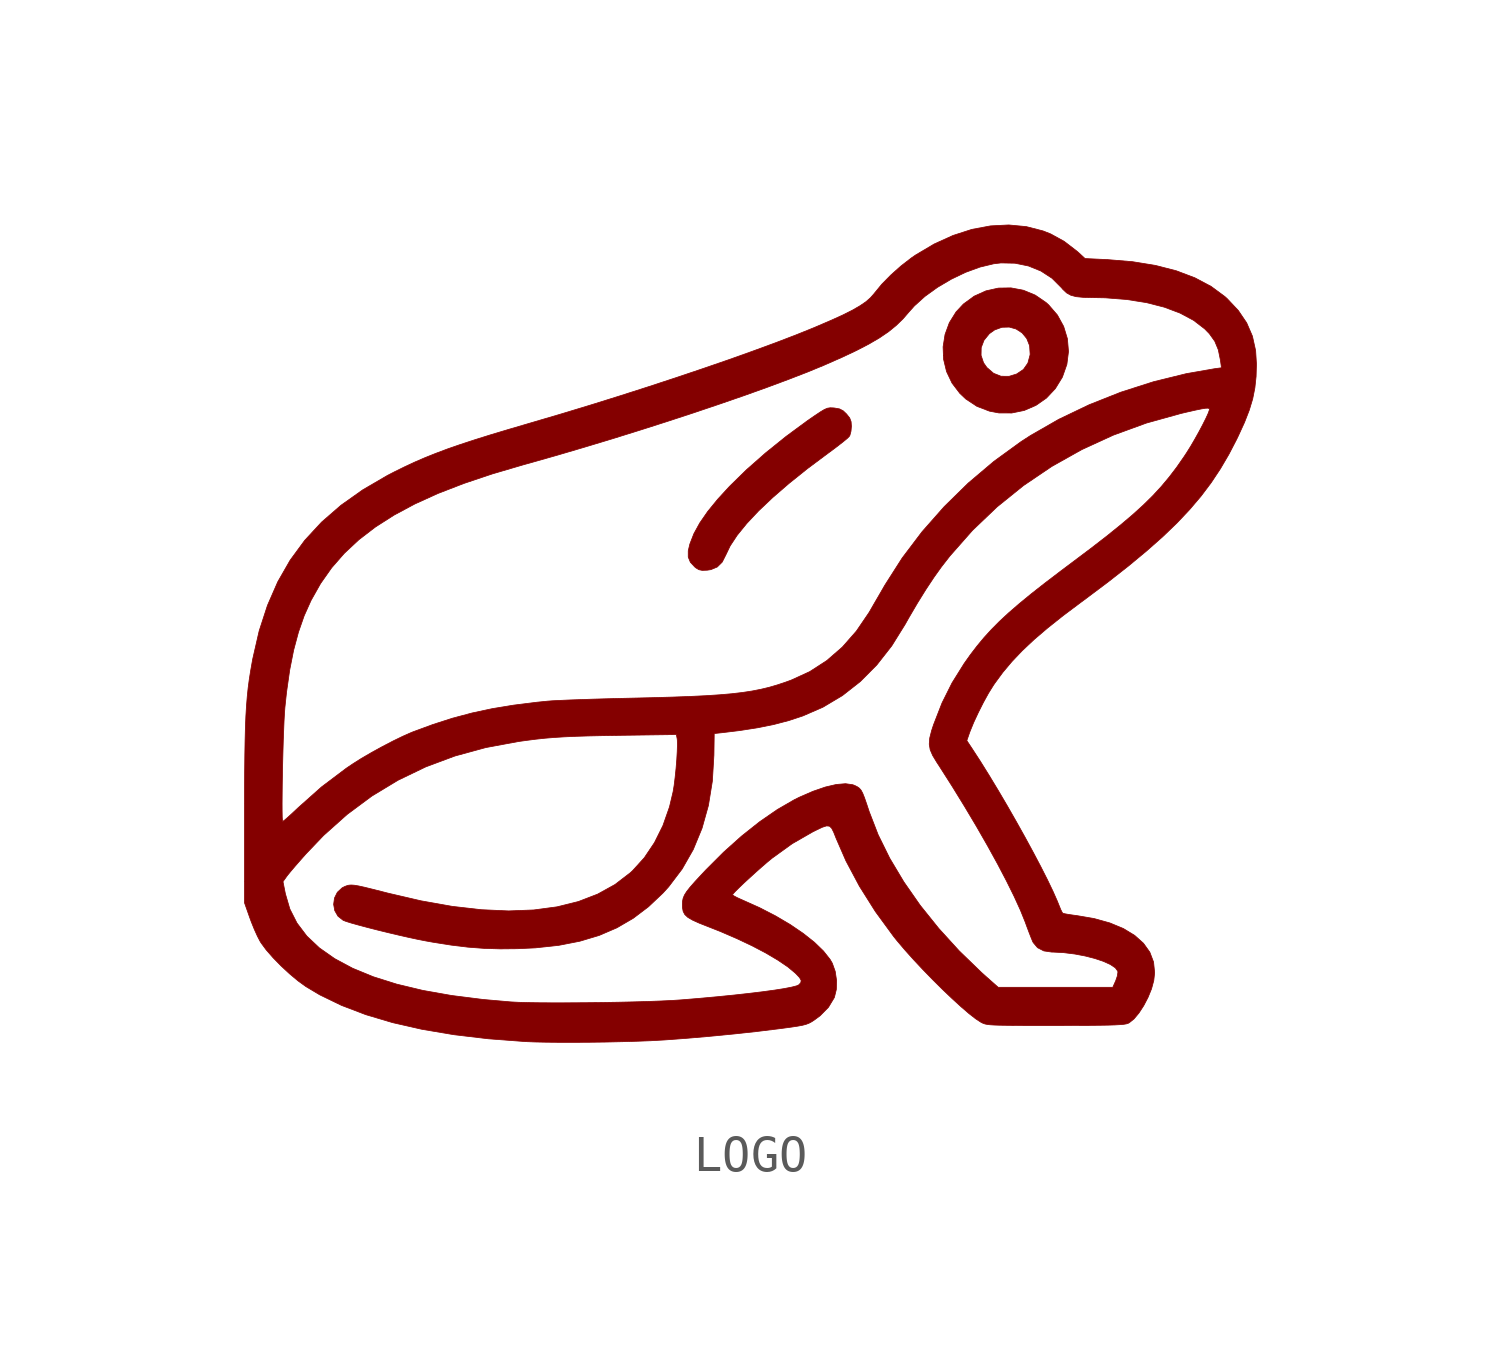
<source format=kicad_sym>
(kicad_symbol_lib
  (version 20220914)
  (generator "bitmap2component")
  (generator_version "8.0")
  (symbol "LOGO"
    (pin_names
      (offset 1.016))
    (property "Reference" "#G"
      (at 0 19.375 0)
      (effects (font (size 1.27 1.27)) hide))
    (symbol "LOGO_0_0"
      (polyline (pts (xy -4.433 -11.37) (xy -3.988 -11.364) (xy -3.552 -11.354) (xy -3.14 -11.342) (xy -2.768 -11.328) (xy -2.45 -11.31) (xy -2.392 -11.307) (xy -1.782 -11.262) (xy -1.131 -11.206) (xy -0.471 -11.142) (xy 0.168 -11.073) (xy 0.755 -11.001) (xy 0.896 -10.983) (xy 1.141 -10.95) (xy 1.325 -10.922) (xy 1.46 -10.897) (xy 1.56 -10.87) (xy 1.64 -10.839) (xy 1.711 -10.801) (xy 1.787 -10.751) (xy 1.947 -10.633) (xy 2.179 -10.397) (xy 2.338 -10.134) (xy 2.345 -10.119) (xy 2.398 -9.902) (xy 2.405 -9.652) (xy 2.367 -9.398) (xy 2.286 -9.171) (xy 2.223 -9.063) (xy 2.039 -8.831) (xy 1.788 -8.588) (xy 1.476 -8.341) (xy 1.113 -8.094) (xy 0.704 -7.853) (xy 0.259 -7.624) (xy -0.214 -7.412) (xy -0.233 -7.404) (xy -0.363 -7.345) (xy -0.455 -7.296) (xy -0.49 -7.266) (xy -0.477 -7.245) (xy -0.414 -7.175) (xy -0.307 -7.069) (xy -0.169 -6.937) (xy -0.009 -6.79) (xy 0.159 -6.637) (xy 0.326 -6.489) (xy 0.48 -6.356) (xy 0.61 -6.249) (xy 1.17 -5.845) (xy 1.741 -5.517) (xy 1.838 -5.469) (xy 2.007 -5.388) (xy 2.125 -5.35) (xy 2.207 -5.357) (xy 2.268 -5.414) (xy 2.325 -5.526) (xy 2.393 -5.697) (xy 2.666 -6.324) (xy 3.041 -7.028) (xy 3.485 -7.733) (xy 3.995 -8.43) (xy 4.093 -8.552) (xy 4.308 -8.805) (xy 4.55 -9.075) (xy 4.811 -9.353) (xy 5.083 -9.633) (xy 5.355 -9.903) (xy 5.62 -10.155) (xy 5.867 -10.381) (xy 6.089 -10.572) (xy 6.276 -10.718) (xy 6.418 -10.811) (xy 6.449 -10.828) (xy 6.489 -10.846) (xy 6.536 -10.862) (xy 6.597 -10.874) (xy 6.678 -10.884) (xy 6.789 -10.891) (xy 6.936 -10.896) (xy 7.127 -10.899) (xy 7.37 -10.902) (xy 7.671 -10.903) (xy 8.039 -10.903) (xy 8.481 -10.903) (xy 8.612 -10.903) (xy 9.051 -10.902) (xy 9.418 -10.901) (xy 9.718 -10.898) (xy 9.959 -10.894) (xy 10.148 -10.888) (xy 10.291 -10.88) (xy 10.395 -10.871) (xy 10.467 -10.859) (xy 10.514 -10.845) (xy 10.548 -10.828) (xy 10.68 -10.722) (xy 10.818 -10.557) (xy 10.952 -10.351) (xy 11.072 -10.121) (xy 11.169 -9.883) (xy 11.231 -9.653) (xy 11.255 -9.436) (xy 11.225 -9.138) (xy 11.121 -8.864) (xy 10.944 -8.616) (xy 10.698 -8.396) (xy 10.385 -8.206) (xy 10.008 -8.05) (xy 9.57 -7.928) (xy 9.073 -7.843) (xy 9.019 -7.837) (xy 8.867 -7.815) (xy 8.755 -7.795) (xy 8.702 -7.781) (xy 8.685 -7.762) (xy 8.644 -7.682) (xy 8.597 -7.566) (xy 8.547 -7.442) (xy 8.428 -7.173) (xy 8.274 -6.852) (xy 8.089 -6.487) (xy 7.879 -6.089) (xy 7.65 -5.667) (xy 7.407 -5.232) (xy 7.156 -4.793) (xy 6.902 -4.361) (xy 6.65 -3.944) (xy 6.407 -3.554) (xy 6.177 -3.2) (xy 6.029 -2.977) (xy 6.103 -2.764) (xy 6.121 -2.715) (xy 6.22 -2.473) (xy 6.348 -2.198) (xy 6.49 -1.916) (xy 6.634 -1.655) (xy 6.766 -1.443) (xy 6.803 -1.388) (xy 7.03 -1.079) (xy 7.283 -0.778) (xy 7.569 -0.477) (xy 7.896 -0.169) (xy 8.273 0.153) (xy 8.706 0.498) (xy 9.205 0.872) (xy 9.344 0.975) (xy 9.971 1.446) (xy 10.532 1.886) (xy 11.033 2.302) (xy 11.48 2.697) (xy 11.877 3.079) (xy 12.231 3.454) (xy 12.547 3.826) (xy 12.83 4.202) (xy 13.086 4.588) (xy 13.321 4.989) (xy 13.54 5.411) (xy 13.581 5.496) (xy 13.756 5.878) (xy 13.888 6.217) (xy 13.983 6.53) (xy 14.044 6.837) (xy 14.078 7.154) (xy 14.088 7.502) (xy 14.065 7.875) (xy 13.976 8.277) (xy 13.816 8.647) (xy 13.582 8.993) (xy 13.27 9.324) (xy 13.209 9.379) (xy 12.825 9.662) (xy 12.374 9.901) (xy 11.858 10.096) (xy 11.279 10.245) (xy 10.639 10.349) (xy 9.939 10.407) (xy 9.319 10.436) (xy 9.141 10.6) (xy 9.099 10.637) (xy 8.739 10.914) (xy 8.363 11.121) (xy 8.15 11.205) (xy 7.684 11.325) (xy 7.196 11.371) (xy 6.689 11.345) (xy 6.17 11.248) (xy 5.646 11.079) (xy 5.121 10.841) (xy 4.603 10.534) (xy 4.491 10.457) (xy 4.198 10.23) (xy 3.916 9.979) (xy 3.665 9.724) (xy 3.467 9.483) (xy 3.449 9.46) (xy 3.348 9.345) (xy 3.22 9.233) (xy 3.055 9.121) (xy 2.848 9.001) (xy 2.588 8.87) (xy 2.267 8.724) (xy 1.877 8.556) (xy 1.776 8.513) (xy 1.278 8.312) (xy 0.712 8.095) (xy 0.086 7.865) (xy -0.591 7.623) (xy -1.311 7.375) (xy -2.065 7.121) (xy -2.845 6.865) (xy -3.641 6.61) (xy -4.445 6.359) (xy -5.249 6.115) (xy -6.044 5.881) (xy -6.126 5.857) (xy -6.705 5.687) (xy -7.215 5.534) (xy -7.665 5.393) (xy -8.065 5.262) (xy -8.422 5.138) (xy -8.747 5.016) (xy -9.049 4.895) (xy -9.336 4.771) (xy -9.617 4.64) (xy -9.903 4.499) (xy -10.096 4.399) (xy -10.777 4.002) (xy -11.384 3.572) (xy -11.922 3.105) (xy -12.393 2.596) (xy -12.799 2.043) (xy -13.144 1.441) (xy -13.43 0.786) (xy -13.661 0.076) (xy -13.838 -0.694) (xy -13.859 -0.809) (xy -13.901 -1.047) (xy -13.937 -1.279) (xy -13.968 -1.512) (xy -13.993 -1.754) (xy -14.014 -2.013) (xy -14.031 -2.297) (xy -14.044 -2.614) (xy -14.053 -2.973) (xy -14.06 -3.381) (xy -14.065 -3.846) (xy -14.067 -4.377) (xy -14.067 -4.732) (xy -13.024 -4.732) (xy -13.022 -4.478) (xy -13.019 -4.193) (xy -13.014 -3.888) (xy -13.007 -3.573) (xy -12.999 -3.259) (xy -12.99 -2.955) (xy -12.979 -2.673) (xy -12.969 -2.423) (xy -12.957 -2.216) (xy -12.946 -2.062) (xy -12.9 -1.63) (xy -12.812 -1.012) (xy -12.702 -0.458) (xy -12.568 0.042) (xy -12.409 0.498) (xy -12.22 0.919) (xy -12.216 0.927) (xy -11.952 1.395) (xy -11.646 1.83) (xy -11.292 2.235) (xy -10.887 2.613) (xy -10.427 2.966) (xy -9.909 3.297) (xy -9.329 3.608) (xy -8.683 3.901) (xy -7.966 4.178) (xy -7.177 4.443) (xy -6.309 4.698) (xy -6.11 4.753) (xy -5.368 4.964) (xy -4.607 5.188) (xy -3.838 5.42) (xy -3.068 5.66) (xy -2.307 5.903) (xy -1.562 6.147) (xy -0.845 6.389) (xy -0.162 6.625) (xy 0.477 6.854) (xy 1.063 7.072) (xy 1.588 7.275) (xy 2.042 7.462) (xy 2.079 7.478) (xy 2.554 7.687) (xy 2.959 7.878) (xy 3.304 8.057) (xy 3.598 8.229) (xy 3.848 8.399) (xy 4.063 8.574) (xy 4.253 8.758) (xy 4.425 8.957) (xy 4.57 9.119) (xy 4.864 9.384) (xy 5.212 9.635) (xy 5.595 9.861) (xy 5.995 10.053) (xy 6.395 10.199) (xy 6.777 10.291) (xy 6.979 10.315) (xy 7.369 10.307) (xy 7.744 10.23) (xy 8.091 10.089) (xy 8.4 9.888) (xy 8.658 9.63) (xy 8.706 9.574) (xy 8.808 9.479) (xy 8.924 9.415) (xy 9.07 9.376) (xy 9.265 9.357) (xy 9.524 9.351) (xy 9.884 9.344) (xy 10.479 9.297) (xy 11.028 9.21) (xy 11.525 9.083) (xy 11.964 8.918) (xy 12.339 8.717) (xy 12.646 8.481) (xy 12.778 8.346) (xy 12.929 8.135) (xy 13.027 7.898) (xy 13.086 7.609) (xy 13.115 7.397) (xy 12.918 7.37) (xy 12.135 7.233) (xy 11.221 7.008) (xy 10.315 6.718) (xy 9.433 6.368) (xy 8.589 5.964) (xy 7.8 5.511) (xy 7.533 5.338) (xy 6.783 4.793) (xy 6.068 4.188) (xy 5.399 3.532) (xy 4.783 2.834) (xy 4.23 2.103) (xy 3.748 1.348) (xy 3.692 1.25) (xy 3.57 1.039) (xy 3.45 0.833) (xy 3.353 0.664) (xy 3.308 0.587) (xy 2.957 0.071) (xy 2.565 -0.375) (xy 2.132 -0.751) (xy 1.657 -1.058) (xy 1.139 -1.295) (xy 0.971 -1.356) (xy 0.75 -1.429) (xy 0.528 -1.494) (xy 0.298 -1.549) (xy 0.052 -1.597) (xy -0.216 -1.638) (xy -0.514 -1.673) (xy -0.85 -1.702) (xy -1.23 -1.727) (xy -1.663 -1.748) (xy -2.156 -1.766) (xy -2.715 -1.782) (xy -3.349 -1.797) (xy -3.603 -1.803) (xy -3.998 -1.813) (xy -4.376 -1.824) (xy -4.726 -1.836) (xy -5.038 -1.847) (xy -5.301 -1.859) (xy -5.504 -1.869) (xy -5.635 -1.879) (xy -5.932 -1.909) (xy -6.581 -1.99) (xy -7.176 -2.088) (xy -7.736 -2.208) (xy -8.28 -2.353) (xy -8.825 -2.528) (xy -9.392 -2.737) (xy -9.429 -2.752) (xy -9.664 -2.856) (xy -9.942 -2.991) (xy -10.241 -3.147) (xy -10.541 -3.312) (xy -10.819 -3.474) (xy -11.054 -3.623) (xy -11.235 -3.745) (xy -11.927 -4.267) (xy -12.58 -4.848) (xy -12.616 -4.882) (xy -12.76 -5.017) (xy -12.882 -5.127) (xy -12.968 -5.2) (xy -13.008 -5.227) (xy -13.014 -5.201) (xy -13.02 -5.104) (xy -13.023 -4.944) (xy -13.024 -4.732) (xy -14.067 -4.732) (xy -14.068 -4.982) (xy -14.068 -6.901) (xy -12.999 -6.901) (xy -12.898 -6.76) (xy -12.873 -6.726) (xy -12.788 -6.622) (xy -12.666 -6.478) (xy -12.52 -6.311) (xy -12.363 -6.133) (xy -11.868 -5.615) (xy -11.215 -5.032) (xy -10.525 -4.52) (xy -9.796 -4.079) (xy -9.026 -3.708) (xy -8.213 -3.405) (xy -7.356 -3.171) (xy -6.452 -3.003) (xy -6.213 -2.97) (xy -5.955 -2.937) (xy -5.702 -2.91) (xy -5.443 -2.889) (xy -5.164 -2.872) (xy -4.854 -2.858) (xy -4.5 -2.847) (xy -4.089 -2.838) (xy -3.61 -2.83) (xy -2.053 -2.808) (xy -2.031 -2.923) (xy -2.026 -2.962) (xy -2.023 -3.098) (xy -2.029 -3.288) (xy -2.042 -3.514) (xy -2.062 -3.757) (xy -2.087 -3.998) (xy -2.114 -4.22) (xy -2.144 -4.403) (xy -2.244 -4.822) (xy -2.426 -5.34) (xy -2.662 -5.815) (xy -2.946 -6.238) (xy -3.273 -6.598) (xy -3.334 -6.654) (xy -3.76 -6.981) (xy -4.242 -7.248) (xy -4.779 -7.455) (xy -5.371 -7.602) (xy -6.018 -7.689) (xy -6.721 -7.716) (xy -7.478 -7.682) (xy -8.29 -7.589) (xy -9.157 -7.435) (xy -10.078 -7.221) (xy -10.265 -7.173) (xy -10.535 -7.105) (xy -10.743 -7.054) (xy -10.899 -7.02) (xy -11.014 -7.001) (xy -11.1 -6.995) (xy -11.166 -7) (xy -11.223 -7.015) (xy -11.283 -7.038) (xy -11.353 -7.074) (xy -11.486 -7.198) (xy -11.565 -7.357) (xy -11.589 -7.533) (xy -11.558 -7.707) (xy -11.469 -7.862) (xy -11.324 -7.977) (xy -11.241 -8.009) (xy -11.09 -8.056) (xy -10.885 -8.113) (xy -10.638 -8.179) (xy -10.364 -8.249) (xy -10.074 -8.32) (xy -9.782 -8.389) (xy -9.501 -8.453) (xy -9.245 -8.508) (xy -9.025 -8.551) (xy -8.831 -8.586) (xy -8.32 -8.667) (xy -7.853 -8.724) (xy -7.405 -8.758) (xy -6.953 -8.772) (xy -6.473 -8.767) (xy -5.977 -8.744) (xy -5.328 -8.674) (xy -4.739 -8.559) (xy -4.201 -8.398) (xy -3.708 -8.186) (xy -3.253 -7.921) (xy -2.829 -7.6) (xy -2.428 -7.221) (xy -2.267 -7.044) (xy -1.892 -6.549) (xy -1.582 -6.006) (xy -1.339 -5.416) (xy -1.161 -4.781) (xy -1.051 -4.102) (xy -1.008 -3.381) (xy -1 -2.78) (xy -0.776 -2.756) (xy -0.289 -2.697) (xy 0.217 -2.618) (xy 0.668 -2.526) (xy 1.08 -2.418) (xy 1.467 -2.29) (xy 2.024 -2.048) (xy 2.566 -1.725) (xy 3.066 -1.333) (xy 3.525 -0.871) (xy 3.94 -0.341) (xy 4.312 0.257) (xy 4.419 0.447) (xy 4.653 0.846) (xy 4.889 1.226) (xy 5.117 1.57) (xy 5.323 1.858) (xy 5.559 2.161) (xy 6.187 2.873) (xy 6.871 3.526) (xy 7.607 4.12) (xy 8.394 4.652) (xy 9.228 5.12) (xy 10.107 5.523) (xy 11.027 5.859) (xy 11.985 6.125) (xy 12.163 6.167) (xy 12.392 6.219) (xy 12.558 6.253) (xy 12.671 6.271) (xy 12.739 6.274) (xy 12.772 6.263) (xy 12.781 6.24) (xy 12.778 6.221) (xy 12.745 6.129) (xy 12.68 5.987) (xy 12.591 5.81) (xy 12.486 5.612) (xy 12.373 5.41) (xy 12.26 5.216) (xy 12.154 5.046) (xy 12.069 4.917) (xy 11.868 4.628) (xy 11.661 4.357) (xy 11.442 4.095) (xy 11.204 3.837) (xy 10.939 3.576) (xy 10.64 3.305) (xy 10.301 3.018) (xy 9.914 2.706) (xy 9.473 2.365) (xy 8.969 1.986) (xy 8.636 1.736) (xy 8.198 1.402) (xy 7.816 1.102) (xy 7.484 0.829) (xy 7.194 0.578) (xy 6.939 0.342) (xy 6.713 0.114) (xy 6.507 -0.112) (xy 6.316 -0.342) (xy 6.131 -0.583) (xy 5.954 -0.833) (xy 5.617 -1.373) (xy 5.339 -1.93) (xy 5.105 -2.531) (xy 5.05 -2.697) (xy 4.997 -2.906) (xy 4.984 -3.076) (xy 5.01 -3.231) (xy 5.079 -3.391) (xy 5.192 -3.578) (xy 5.268 -3.694) (xy 5.624 -4.253) (xy 5.968 -4.812) (xy 6.296 -5.362) (xy 6.602 -5.896) (xy 6.882 -6.404) (xy 7.131 -6.879) (xy 7.346 -7.313) (xy 7.521 -7.697) (xy 7.653 -8.024) (xy 7.697 -8.145) (xy 7.764 -8.323) (xy 7.822 -8.471) (xy 7.861 -8.566) (xy 7.876 -8.595) (xy 7.997 -8.739) (xy 8.173 -8.829) (xy 8.393 -8.861) (xy 8.431 -8.861) (xy 8.727 -8.877) (xy 9.027 -8.914) (xy 9.319 -8.969) (xy 9.591 -9.039) (xy 9.83 -9.119) (xy 10.024 -9.207) (xy 10.161 -9.299) (xy 10.229 -9.391) (xy 10.233 -9.423) (xy 10.217 -9.529) (xy 10.173 -9.657) (xy 10.091 -9.841) (xy 8.496 -9.841) (xy 6.902 -9.841) (xy 6.585 -9.561) (xy 6.435 -9.426) (xy 5.817 -8.828) (xy 5.249 -8.204) (xy 4.733 -7.562) (xy 4.277 -6.908) (xy 3.884 -6.25) (xy 3.561 -5.595) (xy 3.312 -4.952) (xy 3.244 -4.746) (xy 3.182 -4.567) (xy 3.132 -4.441) (xy 3.087 -4.357) (xy 3.04 -4.302) (xy 2.985 -4.263) (xy 2.914 -4.227) (xy 2.857 -4.205) (xy 2.654 -4.176) (xy 2.396 -4.198) (xy 2.092 -4.269) (xy 1.747 -4.388) (xy 1.368 -4.553) (xy 1.227 -4.623) (xy 0.754 -4.897) (xy 0.263 -5.236) (xy -0.238 -5.634) (xy -0.739 -6.082) (xy -1.229 -6.572) (xy -1.35 -6.701) (xy -1.533 -6.898) (xy -1.669 -7.053) (xy -1.765 -7.175) (xy -1.828 -7.275) (xy -1.864 -7.362) (xy -1.881 -7.447) (xy -1.885 -7.539) (xy -1.883 -7.621) (xy -1.864 -7.728) (xy -1.818 -7.816) (xy -1.735 -7.894) (xy -1.604 -7.971) (xy -1.416 -8.056) (xy -1.16 -8.157) (xy -0.826 -8.289) (xy -0.37 -8.486) (xy 0.055 -8.687) (xy 0.44 -8.889) (xy 0.774 -9.087) (xy 1.05 -9.274) (xy 1.256 -9.446) (xy 1.269 -9.458) (xy 1.373 -9.568) (xy 1.419 -9.646) (xy 1.412 -9.708) (xy 1.357 -9.771) (xy 1.299 -9.799) (xy 1.161 -9.835) (xy 0.953 -9.876) (xy 0.681 -9.919) (xy 0.353 -9.964) (xy -0.026 -10.01) (xy -0.449 -10.057) (xy -0.909 -10.103) (xy -1.402 -10.148) (xy -1.919 -10.191) (xy -2.165 -10.207) (xy -2.479 -10.222) (xy -2.845 -10.236) (xy -3.249 -10.247) (xy -3.681 -10.257) (xy -4.127 -10.265) (xy -4.577 -10.27) (xy -5.017 -10.273) (xy -5.435 -10.274) (xy -5.821 -10.272) (xy -6.161 -10.267) (xy -6.443 -10.259) (xy -6.656 -10.248) (xy -7.431 -10.18) (xy -8.308 -10.069) (xy -9.109 -9.927) (xy -9.835 -9.753) (xy -10.485 -9.548) (xy -11.06 -9.312) (xy -11.56 -9.044) (xy -11.985 -8.746) (xy -12.335 -8.416) (xy -12.609 -8.054) (xy -12.808 -7.662) (xy -12.932 -7.238) (xy -12.999 -6.901) (xy -14.068 -6.901) (xy -14.068 -7.493) (xy -13.921 -7.91) (xy -13.88 -8.021) (xy -13.796 -8.229) (xy -13.71 -8.419) (xy -13.635 -8.563) (xy -13.607 -8.608) (xy -13.464 -8.802) (xy -13.273 -9.02) (xy -13.051 -9.247) (xy -12.814 -9.467) (xy -12.579 -9.663) (xy -12.362 -9.82) (xy -11.977 -10.05) (xy -11.371 -10.344) (xy -10.695 -10.602) (xy -9.949 -10.824) (xy -9.132 -11.01) (xy -8.243 -11.16) (xy -7.282 -11.274) (xy -6.248 -11.352) (xy -5.998 -11.362) (xy -5.67 -11.369) (xy -5.289 -11.373) (xy -4.872 -11.373) (xy -4.433 -11.37)) (stroke (width 0.01) (type default)) (fill (type outline)))
      (polyline (pts (xy -1.195 1.765) (xy -1.094 1.78) (xy -0.915 1.854) (xy -0.777 1.991) (xy -0.672 2.199) (xy -0.556 2.441) (xy -0.36 2.738) (xy -0.095 3.064) (xy 0.235 3.415) (xy 0.628 3.787) (xy 1.08 4.178) (xy 1.588 4.586) (xy 2.15 5.006) (xy 2.278 5.1) (xy 2.454 5.233) (xy 2.602 5.349) (xy 2.708 5.437) (xy 2.759 5.489) (xy 2.776 5.519) (xy 2.806 5.632) (xy 2.818 5.768) (xy 2.809 5.896) (xy 2.77 6) (xy 2.682 6.111) (xy 2.59 6.199) (xy 2.486 6.253) (xy 2.343 6.278) (xy 2.32 6.28) (xy 2.229 6.284) (xy 2.151 6.272) (xy 2.066 6.236) (xy 1.954 6.169) (xy 1.795 6.063) (xy 1.602 5.93) (xy 1.003 5.489) (xy 0.429 5.027) (xy -0.102 4.559) (xy -0.572 4.099) (xy -0.9 3.742) (xy -1.181 3.398) (xy -1.401 3.08) (xy -1.565 2.781) (xy -1.677 2.494) (xy -1.722 2.305) (xy -1.722 2.13) (xy -1.663 1.986) (xy -1.541 1.855) (xy -1.512 1.831) (xy -1.427 1.779) (xy -1.334 1.76) (xy -1.195 1.765)) (stroke (width 0.01) (type default)) (fill (type outline)))
      (polyline (pts (xy 7.627 6.21) (xy 7.951 6.35) (xy 8.243 6.553) (xy 8.491 6.816) (xy 8.686 7.133) (xy 8.69 7.142) (xy 8.813 7.492) (xy 8.858 7.849) (xy 8.828 8.204) (xy 8.724 8.546) (xy 8.549 8.865) (xy 8.305 9.148) (xy 8.234 9.212) (xy 7.932 9.419) (xy 7.602 9.555) (xy 7.257 9.62) (xy 6.906 9.614) (xy 6.561 9.537) (xy 6.233 9.389) (xy 5.934 9.17) (xy 5.731 8.953) (xy 5.543 8.651) (xy 5.423 8.323) (xy 5.369 7.979) (xy 5.378 7.744) (xy 6.425 7.744) (xy 6.429 7.958) (xy 6.507 8.163) (xy 6.656 8.346) (xy 6.802 8.45) (xy 7.005 8.524) (xy 7.209 8.53) (xy 7.401 8.476) (xy 7.568 8.367) (xy 7.697 8.211) (xy 7.776 8.013) (xy 7.791 7.78) (xy 7.789 7.754) (xy 7.728 7.527) (xy 7.604 7.35) (xy 7.416 7.224) (xy 7.205 7.159) (xy 6.981 7.161) (xy 6.774 7.243) (xy 6.587 7.404) (xy 6.494 7.537) (xy 6.425 7.744) (xy 5.378 7.744) (xy 5.383 7.632) (xy 5.465 7.292) (xy 5.617 6.972) (xy 5.837 6.683) (xy 6.005 6.525) (xy 6.312 6.323) (xy 6.66 6.19) (xy 6.919 6.141) (xy 7.279 6.139) (xy 7.627 6.21)) (stroke (width 0.01) (type default)) (fill (type outline))))))
</source>
